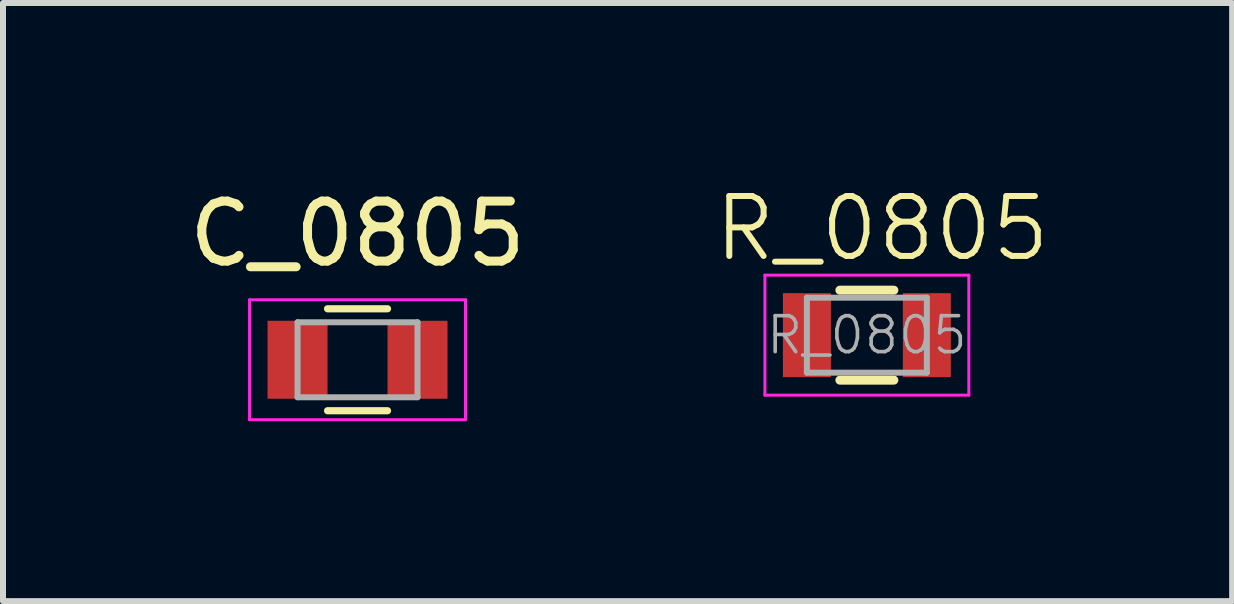
<source format=kicad_pcb>
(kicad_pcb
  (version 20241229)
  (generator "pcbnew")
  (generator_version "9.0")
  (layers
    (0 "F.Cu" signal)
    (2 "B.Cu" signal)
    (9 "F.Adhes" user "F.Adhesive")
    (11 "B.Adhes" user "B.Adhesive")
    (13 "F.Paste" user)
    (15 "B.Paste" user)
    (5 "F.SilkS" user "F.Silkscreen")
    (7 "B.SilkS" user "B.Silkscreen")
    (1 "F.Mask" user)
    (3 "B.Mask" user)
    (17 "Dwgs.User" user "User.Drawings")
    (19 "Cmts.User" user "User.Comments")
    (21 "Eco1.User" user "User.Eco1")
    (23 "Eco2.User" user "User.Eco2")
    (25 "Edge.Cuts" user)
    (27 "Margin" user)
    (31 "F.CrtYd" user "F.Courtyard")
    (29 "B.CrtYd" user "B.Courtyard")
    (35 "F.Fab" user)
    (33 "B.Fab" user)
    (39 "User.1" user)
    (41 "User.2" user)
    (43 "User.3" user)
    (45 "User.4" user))
  (footprint "R_0805"
    (layer "F.Cu")
    (at 11.403 2.538)
    (property "Reference" "R_0805" (at 0.254 -1.778 0) (layer "F.SilkS") (effects (font (size 1 1) (thickness 0.1))))
    (attr smd)
    (fp_line (start -0.45 -0.75) (end 0.45 -0.75) (stroke (width 0.15) (type solid)) (layer "F.SilkS"))
    (fp_line (start -0.45 0.75) (end 0.45 0.75) (stroke (width 0.15) (type solid)) (layer "F.SilkS"))
    (fp_line (start -1.7 -1) (end -1.7 1) (stroke (width 0.05) (type solid)) (layer "F.CrtYd"))
    (fp_line (start -1.7 -1) (end 1.7 -1) (stroke (width 0.05) (type solid)) (layer "F.CrtYd"))
    (fp_line (start -1.7 1) (end 1.7 1) (stroke (width 0.05) (type solid)) (layer "F.CrtYd"))
    (fp_line (start 1.7 -1) (end 1.7 1) (stroke (width 0.05) (type solid)) (layer "F.CrtYd"))
    (fp_line (start -1 -0.625) (end -1 0.625) (stroke (width 0.1) (type solid)) (layer "F.Fab"))
    (fp_line (start -1 -0.625) (end 1 -0.625) (stroke (width 0.1) (type solid)) (layer "F.Fab"))
    (fp_line (start -1 0.625) (end 1 0.625) (stroke (width 0.1) (type solid)) (layer "F.Fab"))
    (fp_line (start 1 -0.625) (end 1 0.625) (stroke (width 0.1) (type solid)) (layer "F.Fab"))
    (fp_text user "${REFERENCE}" (at 0 0 0) (layer "F.Fab") (effects (font (size 0.6 0.6) (thickness 0.06))))
    (pad "1" smd rect (at -1 0) (size 0.8 1.4) (layers "F.Cu" "F.Mask" "F.Paste"))
    (pad "2" smd rect (at 1 0) (size 0.8 1.4) (layers "F.Cu" "F.Mask" "F.Paste")))
  (footprint "C_0805"
    (layer "F.Cu")
    (at 2.911 2.948)
    (property "Reference" "C_0805" (at 0 -2.1 0) (layer "F.SilkS") (effects (font (size 1 1) (thickness 0.15))))
    (attr smd)
    (fp_line (start -0.5 0.85) (end 0.5 0.85) (stroke (width 0.12) (type solid)) (layer "F.SilkS"))
    (fp_line (start 0.5 -0.85) (end -0.5 -0.85) (stroke (width 0.12) (type solid)) (layer "F.SilkS"))
    (fp_line (start -1.8 -1) (end -1.8 1) (stroke (width 0.05) (type solid)) (layer "F.CrtYd"))
    (fp_line (start -1.8 -1) (end 1.8 -1) (stroke (width 0.05) (type solid)) (layer "F.CrtYd"))
    (fp_line (start -1.8 1) (end 1.8 1) (stroke (width 0.05) (type solid)) (layer "F.CrtYd"))
    (fp_line (start 1.8 -1) (end 1.8 1) (stroke (width 0.05) (type solid)) (layer "F.CrtYd"))
    (fp_line (start -1 -0.625) (end 1 -0.625) (stroke (width 0.1) (type solid)) (layer "F.Fab"))
    (fp_line (start -1 0.625) (end -1 -0.625) (stroke (width 0.1) (type solid)) (layer "F.Fab"))
    (fp_line (start 1 -0.625) (end 1 0.625) (stroke (width 0.1) (type solid)) (layer "F.Fab"))
    (fp_line (start 1 0.625) (end -1 0.625) (stroke (width 0.1) (type solid)) (layer "F.Fab"))
    (pad "1" smd rect (at -1 0) (size 1 1.3) (layers "F.Cu" "F.Mask" "F.Paste"))
    (pad "2" smd rect (at 1 0) (size 1 1.3) (layers "F.Cu" "F.Mask" "F.Paste")))
  (gr_rect
    (start -3 -3)
    (end 17.493 6.973)
    (stroke (width 0.1) (type default))
    (fill no)
    (layer "Edge.Cuts")))
</source>
